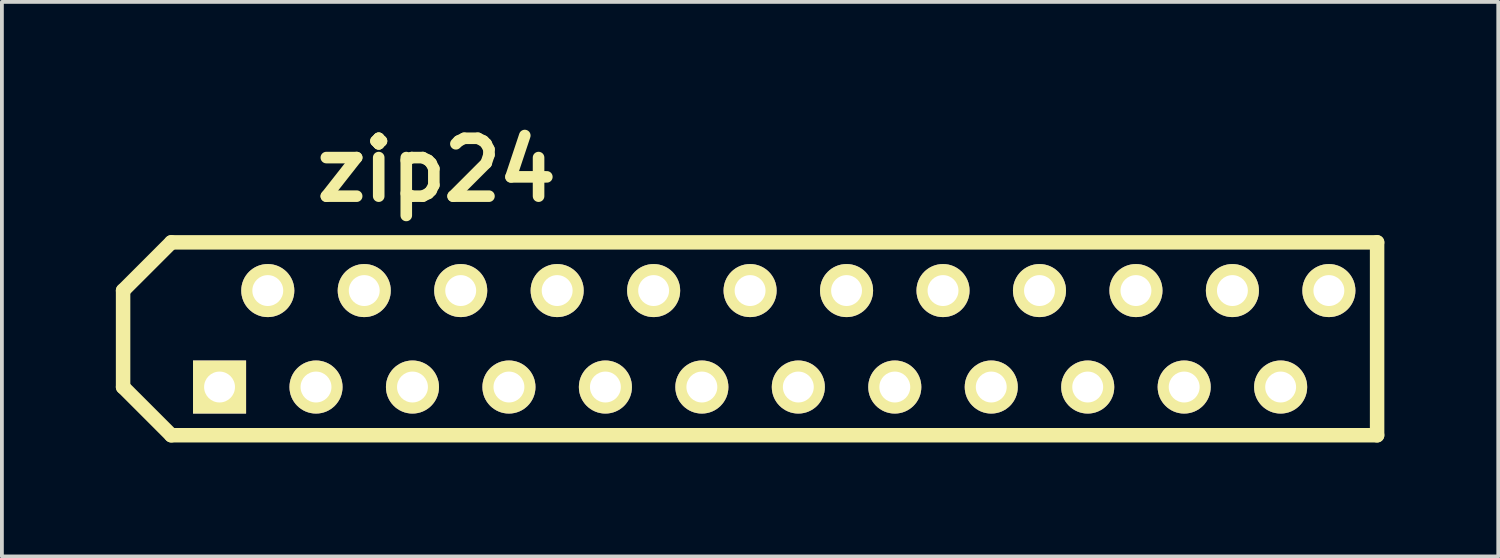
<source format=kicad_pcb>
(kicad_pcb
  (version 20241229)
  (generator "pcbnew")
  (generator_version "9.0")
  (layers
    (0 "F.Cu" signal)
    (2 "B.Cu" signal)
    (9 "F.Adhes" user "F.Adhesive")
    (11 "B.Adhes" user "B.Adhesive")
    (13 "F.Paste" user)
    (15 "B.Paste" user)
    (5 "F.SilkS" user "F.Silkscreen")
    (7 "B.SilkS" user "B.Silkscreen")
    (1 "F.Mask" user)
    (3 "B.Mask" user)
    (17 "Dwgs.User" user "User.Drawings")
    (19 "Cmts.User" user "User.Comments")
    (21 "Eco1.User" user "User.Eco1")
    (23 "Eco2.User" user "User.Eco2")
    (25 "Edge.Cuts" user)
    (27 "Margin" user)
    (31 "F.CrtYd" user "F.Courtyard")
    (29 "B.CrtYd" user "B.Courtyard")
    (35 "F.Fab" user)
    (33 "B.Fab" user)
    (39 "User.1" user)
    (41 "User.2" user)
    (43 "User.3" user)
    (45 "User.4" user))
  (footprint "zip24"
    (layer "F.Cu")
    (at 16.701 5.871)
    (property "Reference" "zip24" (at -8.255 -4.445 0) (layer "F.SilkS") (effects (font (size 1.524 1.524) (thickness 0.305))))
    (attr through_hole)
    (fp_line (start -16.51 -1.27) (end -15.24 -2.54) (stroke (width 0.381) (type solid)) (layer "F.SilkS"))
    (fp_line (start -16.51 1.27) (end -16.51 -1.27) (stroke (width 0.381) (type solid)) (layer "F.SilkS"))
    (fp_line (start -15.24 -2.54) (end 16.51 -2.54) (stroke (width 0.381) (type solid)) (layer "F.SilkS"))
    (fp_line (start -15.24 2.54) (end -16.51 1.27) (stroke (width 0.381) (type solid)) (layer "F.SilkS"))
    (fp_line (start 16.51 -2.54) (end 16.51 2.54) (stroke (width 0.381) (type solid)) (layer "F.SilkS"))
    (fp_line (start 16.51 2.54) (end -15.24 2.54) (stroke (width 0.381) (type solid)) (layer "F.SilkS"))
    (pad "1" thru_hole rect (at -13.97 1.27) (size 1.397 1.397) (drill 0.813) (layers "*.Cu" "*.Mask" "F.SilkS"))
    (pad "2" thru_hole circle (at -12.7 -1.27) (size 1.397 1.397) (drill 0.813) (layers "*.Cu" "*.Mask" "F.SilkS"))
    (pad "3" thru_hole circle (at -11.43 1.27) (size 1.397 1.397) (drill 0.813) (layers "*.Cu" "*.Mask" "F.SilkS"))
    (pad "4" thru_hole circle (at -10.16 -1.27) (size 1.397 1.397) (drill 0.813) (layers "*.Cu" "*.Mask" "F.SilkS"))
    (pad "5" thru_hole circle (at -8.89 1.27) (size 1.397 1.397) (drill 0.813) (layers "*.Cu" "*.Mask" "F.SilkS"))
    (pad "6" thru_hole circle (at -7.62 -1.27) (size 1.397 1.397) (drill 0.813) (layers "*.Cu" "*.Mask" "F.SilkS"))
    (pad "7" thru_hole circle (at -6.35 1.27) (size 1.397 1.397) (drill 0.813) (layers "*.Cu" "*.Mask" "F.SilkS"))
    (pad "8" thru_hole circle (at -5.08 -1.27) (size 1.397 1.397) (drill 0.813) (layers "*.Cu" "*.Mask" "F.SilkS"))
    (pad "9" thru_hole circle (at -3.81 1.27) (size 1.397 1.397) (drill 0.813) (layers "*.Cu" "*.Mask" "F.SilkS"))
    (pad "10" thru_hole circle (at -2.54 -1.27) (size 1.397 1.397) (drill 0.813) (layers "*.Cu" "*.Mask" "F.SilkS"))
    (pad "11" thru_hole circle (at -1.27 1.27) (size 1.397 1.397) (drill 0.813) (layers "*.Cu" "*.Mask" "F.SilkS"))
    (pad "12" thru_hole circle (at 0 -1.27) (size 1.397 1.397) (drill 0.813) (layers "*.Cu" "*.Mask" "F.SilkS"))
    (pad "13" thru_hole circle (at 1.27 1.27) (size 1.397 1.397) (drill 0.813) (layers "*.Cu" "*.Mask" "F.SilkS"))
    (pad "14" thru_hole circle (at 2.54 -1.27) (size 1.397 1.397) (drill 0.813) (layers "*.Cu" "*.Mask" "F.SilkS"))
    (pad "15" thru_hole circle (at 3.81 1.27) (size 1.397 1.397) (drill 0.813) (layers "*.Cu" "*.Mask" "F.SilkS"))
    (pad "16" thru_hole circle (at 5.08 -1.27) (size 1.397 1.397) (drill 0.813) (layers "*.Cu" "*.Mask" "F.SilkS"))
    (pad "17" thru_hole circle (at 6.35 1.27) (size 1.397 1.397) (drill 0.813) (layers "*.Cu" "*.Mask" "F.SilkS"))
    (pad "18" thru_hole circle (at 7.62 -1.27) (size 1.397 1.397) (drill 0.813) (layers "*.Cu" "*.Mask" "F.SilkS"))
    (pad "19" thru_hole circle (at 8.89 1.27) (size 1.397 1.397) (drill 0.813) (layers "*.Cu" "*.Mask" "F.SilkS"))
    (pad "20" thru_hole circle (at 10.16 -1.27) (size 1.397 1.397) (drill 0.813) (layers "*.Cu" "*.Mask" "F.SilkS"))
    (pad "21" thru_hole circle (at 11.43 1.27) (size 1.397 1.397) (drill 0.813) (layers "*.Cu" "*.Mask" "F.SilkS"))
    (pad "22" thru_hole circle (at 12.7 -1.27) (size 1.397 1.397) (drill 0.813) (layers "*.Cu" "*.Mask" "F.SilkS"))
    (pad "23" thru_hole circle (at 13.97 1.27) (size 1.397 1.397) (drill 0.813) (layers "*.Cu" "*.Mask" "F.SilkS"))
    (pad "24" thru_hole circle (at 15.24 -1.27) (size 1.397 1.397) (drill 0.813) (layers "*.Cu" "*.Mask" "F.SilkS")))
  (gr_rect
    (start -3 -3)
    (end 36.401 11.602)
    (stroke (width 0.1) (type default))
    (fill no)
    (layer "Edge.Cuts")))
</source>
